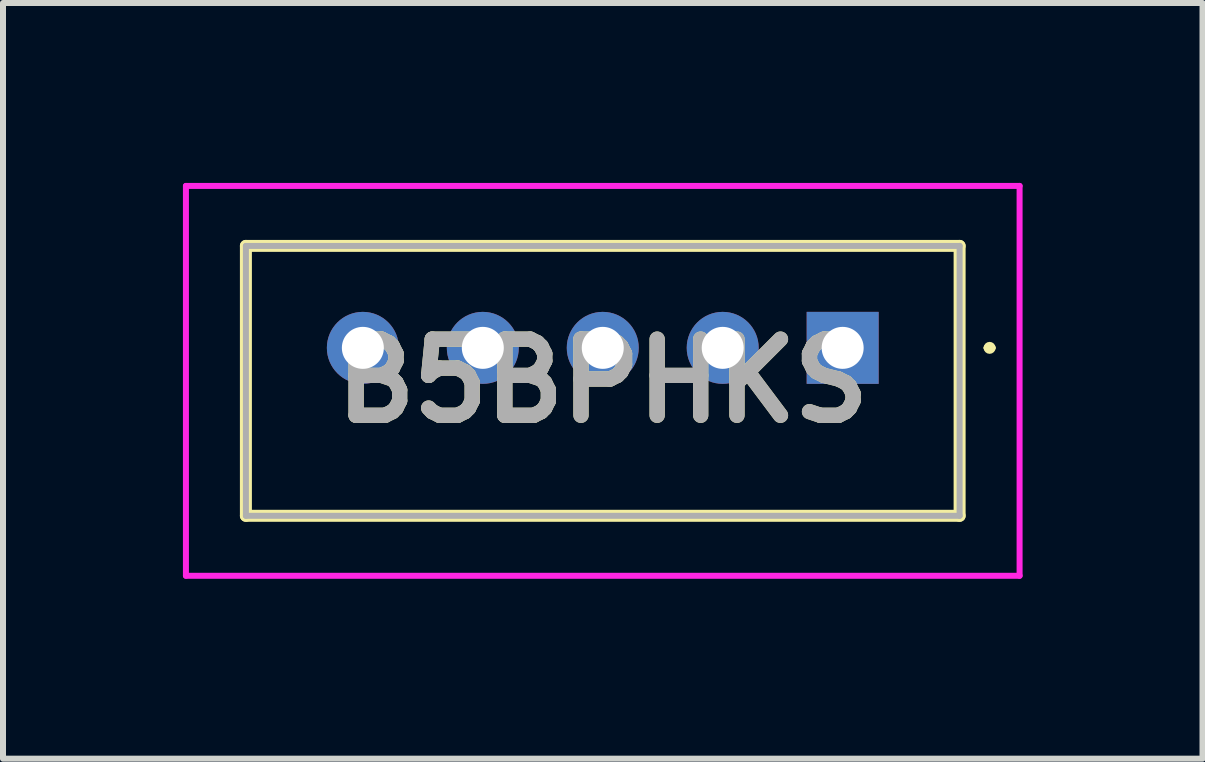
<source format=kicad_pcb>
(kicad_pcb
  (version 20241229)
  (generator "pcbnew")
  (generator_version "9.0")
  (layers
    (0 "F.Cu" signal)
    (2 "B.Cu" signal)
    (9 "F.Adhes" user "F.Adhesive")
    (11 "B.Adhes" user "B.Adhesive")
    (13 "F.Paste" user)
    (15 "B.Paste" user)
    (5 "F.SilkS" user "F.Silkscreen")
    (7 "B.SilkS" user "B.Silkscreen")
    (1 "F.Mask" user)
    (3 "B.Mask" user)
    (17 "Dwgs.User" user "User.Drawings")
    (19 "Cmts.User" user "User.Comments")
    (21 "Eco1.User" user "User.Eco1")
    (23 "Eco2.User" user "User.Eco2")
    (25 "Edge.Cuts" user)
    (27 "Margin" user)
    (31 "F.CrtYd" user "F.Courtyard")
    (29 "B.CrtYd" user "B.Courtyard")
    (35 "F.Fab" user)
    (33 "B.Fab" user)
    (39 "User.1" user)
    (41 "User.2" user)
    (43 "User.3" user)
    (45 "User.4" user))
  (footprint "B5BPHKS"
    (layer "F.Cu")
    (at 11 2.75)
    (property "Reference" "B5BPHKS" (at -4 0.55 0) (layer "F.SilkS") (effects (font (size 1.27 1.27) (thickness 0.254))))
    (attr through_hole)
    (fp_line (start -9.95 -1.7) (end 1.95 -1.7) (stroke (width 0.2) (type solid)) (layer "F.SilkS"))
    (fp_line (start -9.95 2.8) (end -9.95 -1.7) (stroke (width 0.2) (type solid)) (layer "F.SilkS"))
    (fp_line (start 1.95 -1.7) (end 1.95 2.8) (stroke (width 0.2) (type solid)) (layer "F.SilkS"))
    (fp_line (start 1.95 2.8) (end -9.95 2.8) (stroke (width 0.2) (type solid)) (layer "F.SilkS"))
    (fp_line (start 2.4 0) (end 2.4 0) (stroke (width 0.1) (type solid)) (layer "F.SilkS"))
    (fp_line (start 2.5 0) (end 2.5 0) (stroke (width 0.1) (type solid)) (layer "F.SilkS"))
    (fp_arc (start 2.4 0) (mid 2.45 -0.05) (end 2.5 0) (stroke (width 0.1) (type solid)) (layer "F.SilkS"))
    (fp_arc (start 2.5 0) (mid 2.45 0.05) (end 2.4 0) (stroke (width 0.1) (type solid)) (layer "F.SilkS"))
    (fp_line (start -10.95 -2.7) (end -10.95 3.8) (stroke (width 0.1) (type solid)) (layer "F.CrtYd"))
    (fp_line (start -10.95 3.8) (end 2.95 3.8) (stroke (width 0.1) (type solid)) (layer "F.CrtYd"))
    (fp_line (start 2.95 -2.7) (end -10.95 -2.7) (stroke (width 0.1) (type solid)) (layer "F.CrtYd"))
    (fp_line (start 2.95 3.8) (end 2.95 -2.7) (stroke (width 0.1) (type solid)) (layer "F.CrtYd"))
    (fp_line (start -9.95 -1.7) (end 1.95 -1.7) (stroke (width 0.1) (type solid)) (layer "F.Fab"))
    (fp_line (start -9.95 2.8) (end -9.95 -1.7) (stroke (width 0.1) (type solid)) (layer "F.Fab"))
    (fp_line (start 1.95 -1.7) (end 1.95 2.8) (stroke (width 0.1) (type solid)) (layer "F.Fab"))
    (fp_line (start 1.95 2.8) (end -9.95 2.8) (stroke (width 0.1) (type solid)) (layer "F.Fab"))
    (fp_text user "${REFERENCE}" (at -4 0.55 0) (layer "F.Fab") (effects (font (size 1.27 1.27) (thickness 0.254))))
    (pad "1" thru_hole rect (at 0 0) (size 1.2 1.2) (drill 0.7) (layers "*.Cu" "*.Mask"))
    (pad "2" thru_hole circle (at -2 0) (size 1.2 1.2) (drill 0.7) (layers "*.Cu" "*.Mask"))
    (pad "3" thru_hole circle (at -4 0) (size 1.2 1.2) (drill 0.7) (layers "*.Cu" "*.Mask"))
    (pad "4" thru_hole circle (at -6 0) (size 1.2 1.2) (drill 0.7) (layers "*.Cu" "*.Mask"))
    (pad "5" thru_hole circle (at -8 0) (size 1.2 1.2) (drill 0.7) (layers "*.Cu" "*.Mask")))
  (gr_rect
    (start -3 -3)
    (end 17 9.6)
    (stroke (width 0.1) (type default))
    (fill no)
    (layer "Edge.Cuts")))
</source>
